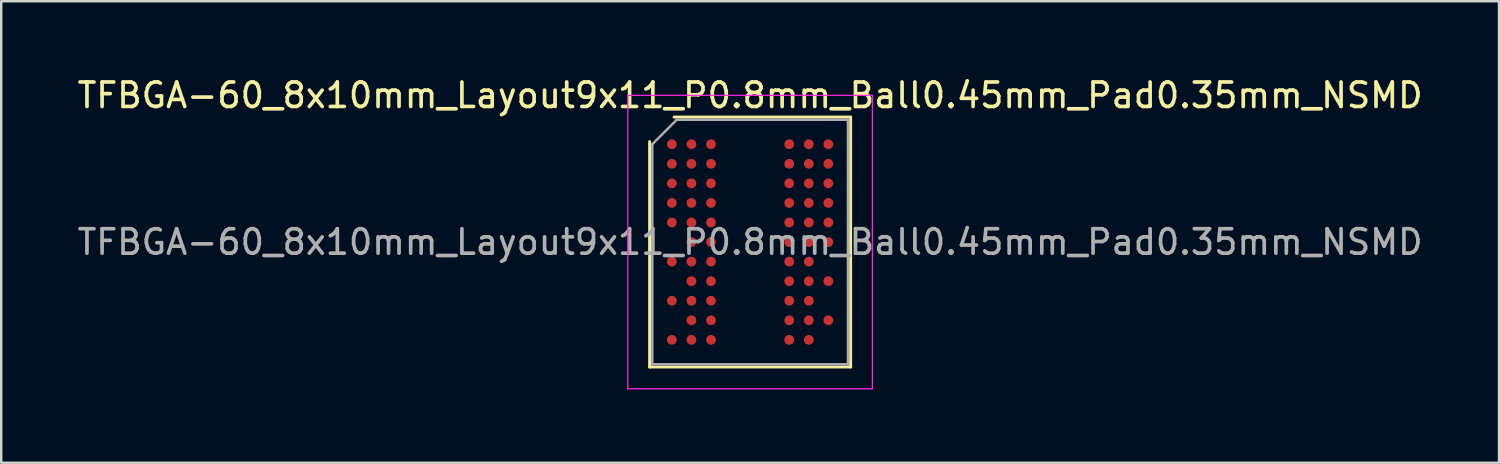
<source format=kicad_pcb>
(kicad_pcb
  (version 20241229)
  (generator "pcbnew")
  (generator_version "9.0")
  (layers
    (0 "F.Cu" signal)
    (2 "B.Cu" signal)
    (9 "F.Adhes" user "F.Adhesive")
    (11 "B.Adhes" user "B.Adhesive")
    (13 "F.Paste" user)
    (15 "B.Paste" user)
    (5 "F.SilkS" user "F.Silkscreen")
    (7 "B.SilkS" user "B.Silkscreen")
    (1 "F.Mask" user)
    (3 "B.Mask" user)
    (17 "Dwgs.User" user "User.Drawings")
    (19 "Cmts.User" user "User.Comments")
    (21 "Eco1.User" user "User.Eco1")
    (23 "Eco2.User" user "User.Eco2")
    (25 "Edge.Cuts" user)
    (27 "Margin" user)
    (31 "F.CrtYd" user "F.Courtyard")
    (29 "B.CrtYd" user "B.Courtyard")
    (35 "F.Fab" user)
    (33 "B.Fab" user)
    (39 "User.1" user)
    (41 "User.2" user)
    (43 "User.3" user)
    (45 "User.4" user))
  (footprint "TFBGA-60_8x10mm_Layout9x11_P0.8mm_Ball0.45mm_Pad0.35mm_NSMD"
    (layer "F.Cu")
    (at 27.625 6.848)
    (property "Reference" "TFBGA-60_8x10mm_Layout9x11_P0.8mm_Ball0.45mm_Pad0.35mm_NSMD" (at 0 -6 0) (layer "F.SilkS") (effects (font (size 1 1) (thickness 0.15))))
    (attr smd)
    (fp_line (start -4.11 5.11) (end -4.11 -4.11) (stroke (width 0.12) (type solid)) (layer "F.SilkS"))
    (fp_line (start -3.11 -5.11) (end 4.11 -5.11) (stroke (width 0.12) (type solid)) (layer "F.SilkS"))
    (fp_line (start 4.11 -5.11) (end 4.11 5.11) (stroke (width 0.12) (type solid)) (layer "F.SilkS"))
    (fp_line (start 4.11 5.11) (end -4.11 5.11) (stroke (width 0.12) (type solid)) (layer "F.SilkS"))
    (fp_line (start -5 -6) (end -5 6) (stroke (width 0.05) (type solid)) (layer "F.CrtYd"))
    (fp_line (start -5 6) (end 5 6) (stroke (width 0.05) (type solid)) (layer "F.CrtYd"))
    (fp_line (start 5 -6) (end -5 -6) (stroke (width 0.05) (type solid)) (layer "F.CrtYd"))
    (fp_line (start 5 6) (end 5 -6) (stroke (width 0.05) (type solid)) (layer "F.CrtYd"))
    (fp_line (start -4 -4) (end -3 -5) (stroke (width 0.1) (type solid)) (layer "F.Fab"))
    (fp_line (start -4 5) (end -4 -4) (stroke (width 0.1) (type solid)) (layer "F.Fab"))
    (fp_line (start -3 -5) (end 4 -5) (stroke (width 0.1) (type solid)) (layer "F.Fab"))
    (fp_line (start 4 -5) (end 4 5) (stroke (width 0.1) (type solid)) (layer "F.Fab"))
    (fp_line (start 4 5) (end -4 5) (stroke (width 0.1) (type solid)) (layer "F.Fab"))
    (fp_text user "${REFERENCE}" (at 0 0 0) (layer "F.Fab") (effects (font (size 1 1) (thickness 0.15))))
    (pad "A1" smd circle (at -3.2 -4) (size 0.4 0.4) (layers "F.Cu" "F.Mask" "F.Paste"))
    (pad "A2" smd circle (at -2.4 -4) (size 0.4 0.4) (layers "F.Cu" "F.Mask" "F.Paste"))
    (pad "A3" smd circle (at -1.6 -4) (size 0.4 0.4) (layers "F.Cu" "F.Mask" "F.Paste"))
    (pad "A7" smd circle (at 1.6 -4) (size 0.4 0.4) (layers "F.Cu" "F.Mask" "F.Paste"))
    (pad "A8" smd circle (at 2.4 -4) (size 0.4 0.4) (layers "F.Cu" "F.Mask" "F.Paste"))
    (pad "A9" smd circle (at 3.2 -4) (size 0.4 0.4) (layers "F.Cu" "F.Mask" "F.Paste"))
    (pad "B1" smd circle (at -3.2 -3.2) (size 0.4 0.4) (layers "F.Cu" "F.Mask" "F.Paste"))
    (pad "B2" smd circle (at -2.4 -3.2) (size 0.4 0.4) (layers "F.Cu" "F.Mask" "F.Paste"))
    (pad "B3" smd circle (at -1.6 -3.2) (size 0.4 0.4) (layers "F.Cu" "F.Mask" "F.Paste"))
    (pad "B7" smd circle (at 1.6 -3.2) (size 0.4 0.4) (layers "F.Cu" "F.Mask" "F.Paste"))
    (pad "B8" smd circle (at 2.4 -3.2) (size 0.4 0.4) (layers "F.Cu" "F.Mask" "F.Paste"))
    (pad "B9" smd circle (at 3.2 -3.2) (size 0.4 0.4) (layers "F.Cu" "F.Mask" "F.Paste"))
    (pad "C1" smd circle (at -3.2 -2.4) (size 0.4 0.4) (layers "F.Cu" "F.Mask" "F.Paste"))
    (pad "C2" smd circle (at -2.4 -2.4) (size 0.4 0.4) (layers "F.Cu" "F.Mask" "F.Paste"))
    (pad "C3" smd circle (at -1.6 -2.4) (size 0.4 0.4) (layers "F.Cu" "F.Mask" "F.Paste"))
    (pad "C7" smd circle (at 1.6 -2.4) (size 0.4 0.4) (layers "F.Cu" "F.Mask" "F.Paste"))
    (pad "C8" smd circle (at 2.4 -2.4) (size 0.4 0.4) (layers "F.Cu" "F.Mask" "F.Paste"))
    (pad "C9" smd circle (at 3.2 -2.4) (size 0.4 0.4) (layers "F.Cu" "F.Mask" "F.Paste"))
    (pad "D1" smd circle (at -3.2 -1.6) (size 0.4 0.4) (layers "F.Cu" "F.Mask" "F.Paste"))
    (pad "D2" smd circle (at -2.4 -1.6) (size 0.4 0.4) (layers "F.Cu" "F.Mask" "F.Paste"))
    (pad "D3" smd circle (at -1.6 -1.6) (size 0.4 0.4) (layers "F.Cu" "F.Mask" "F.Paste"))
    (pad "D7" smd circle (at 1.6 -1.6) (size 0.4 0.4) (layers "F.Cu" "F.Mask" "F.Paste"))
    (pad "D8" smd circle (at 2.4 -1.6) (size 0.4 0.4) (layers "F.Cu" "F.Mask" "F.Paste"))
    (pad "D9" smd circle (at 3.2 -1.6) (size 0.4 0.4) (layers "F.Cu" "F.Mask" "F.Paste"))
    (pad "E1" smd circle (at -3.2 -0.8) (size 0.4 0.4) (layers "F.Cu" "F.Mask" "F.Paste"))
    (pad "E2" smd circle (at -2.4 -0.8) (size 0.4 0.4) (layers "F.Cu" "F.Mask" "F.Paste"))
    (pad "E3" smd circle (at -1.6 -0.8) (size 0.4 0.4) (layers "F.Cu" "F.Mask" "F.Paste"))
    (pad "E7" smd circle (at 1.6 -0.8) (size 0.4 0.4) (layers "F.Cu" "F.Mask" "F.Paste"))
    (pad "E8" smd circle (at 2.4 -0.8) (size 0.4 0.4) (layers "F.Cu" "F.Mask" "F.Paste"))
    (pad "E9" smd circle (at 3.2 -0.8) (size 0.4 0.4) (layers "F.Cu" "F.Mask" "F.Paste"))
    (pad "F2" smd circle (at -2.4 0) (size 0.4 0.4) (layers "F.Cu" "F.Mask" "F.Paste"))
    (pad "F3" smd circle (at -1.6 0) (size 0.4 0.4) (layers "F.Cu" "F.Mask" "F.Paste"))
    (pad "F7" smd circle (at 1.6 0) (size 0.4 0.4) (layers "F.Cu" "F.Mask" "F.Paste"))
    (pad "F8" smd circle (at 2.4 0) (size 0.4 0.4) (layers "F.Cu" "F.Mask" "F.Paste"))
    (pad "F9" smd circle (at 3.2 0) (size 0.4 0.4) (layers "F.Cu" "F.Mask" "F.Paste"))
    (pad "G1" smd circle (at -3.2 0.8) (size 0.4 0.4) (layers "F.Cu" "F.Mask" "F.Paste"))
    (pad "G2" smd circle (at -2.4 0.8) (size 0.4 0.4) (layers "F.Cu" "F.Mask" "F.Paste"))
    (pad "G3" smd circle (at -1.6 0.8) (size 0.4 0.4) (layers "F.Cu" "F.Mask" "F.Paste"))
    (pad "G7" smd circle (at 1.6 0.8) (size 0.4 0.4) (layers "F.Cu" "F.Mask" "F.Paste"))
    (pad "G8" smd circle (at 2.4 0.8) (size 0.4 0.4) (layers "F.Cu" "F.Mask" "F.Paste"))
    (pad "H2" smd circle (at -2.4 1.6) (size 0.4 0.4) (layers "F.Cu" "F.Mask" "F.Paste"))
    (pad "H3" smd circle (at -1.6 1.6) (size 0.4 0.4) (layers "F.Cu" "F.Mask" "F.Paste"))
    (pad "H7" smd circle (at 1.6 1.6) (size 0.4 0.4) (layers "F.Cu" "F.Mask" "F.Paste"))
    (pad "H8" smd circle (at 2.4 1.6) (size 0.4 0.4) (layers "F.Cu" "F.Mask" "F.Paste"))
    (pad "H9" smd circle (at 3.2 1.6) (size 0.4 0.4) (layers "F.Cu" "F.Mask" "F.Paste"))
    (pad "J1" smd circle (at -3.2 2.4) (size 0.4 0.4) (layers "F.Cu" "F.Mask" "F.Paste"))
    (pad "J2" smd circle (at -2.4 2.4) (size 0.4 0.4) (layers "F.Cu" "F.Mask" "F.Paste"))
    (pad "J3" smd circle (at -1.6 2.4) (size 0.4 0.4) (layers "F.Cu" "F.Mask" "F.Paste"))
    (pad "J7" smd circle (at 1.6 2.4) (size 0.4 0.4) (layers "F.Cu" "F.Mask" "F.Paste"))
    (pad "J8" smd circle (at 2.4 2.4) (size 0.4 0.4) (layers "F.Cu" "F.Mask" "F.Paste"))
    (pad "K2" smd circle (at -2.4 3.2) (size 0.4 0.4) (layers "F.Cu" "F.Mask" "F.Paste"))
    (pad "K3" smd circle (at -1.6 3.2) (size 0.4 0.4) (layers "F.Cu" "F.Mask" "F.Paste"))
    (pad "K7" smd circle (at 1.6 3.2) (size 0.4 0.4) (layers "F.Cu" "F.Mask" "F.Paste"))
    (pad "K8" smd circle (at 2.4 3.2) (size 0.4 0.4) (layers "F.Cu" "F.Mask" "F.Paste"))
    (pad "K9" smd circle (at 3.2 3.2) (size 0.4 0.4) (layers "F.Cu" "F.Mask" "F.Paste"))
    (pad "L1" smd circle (at -3.2 4) (size 0.4 0.4) (layers "F.Cu" "F.Mask" "F.Paste"))
    (pad "L2" smd circle (at -2.4 4) (size 0.4 0.4) (layers "F.Cu" "F.Mask" "F.Paste"))
    (pad "L3" smd circle (at -1.6 4) (size 0.4 0.4) (layers "F.Cu" "F.Mask" "F.Paste"))
    (pad "L7" smd circle (at 1.6 4) (size 0.4 0.4) (layers "F.Cu" "F.Mask" "F.Paste"))
    (pad "L8" smd circle (at 2.4 4) (size 0.4 0.4) (layers "F.Cu" "F.Mask" "F.Paste")))
  (gr_rect
    (start -3 -3)
    (end 58.25 15.873)
    (stroke (width 0.1) (type default))
    (fill no)
    (layer "Edge.Cuts")))
</source>
